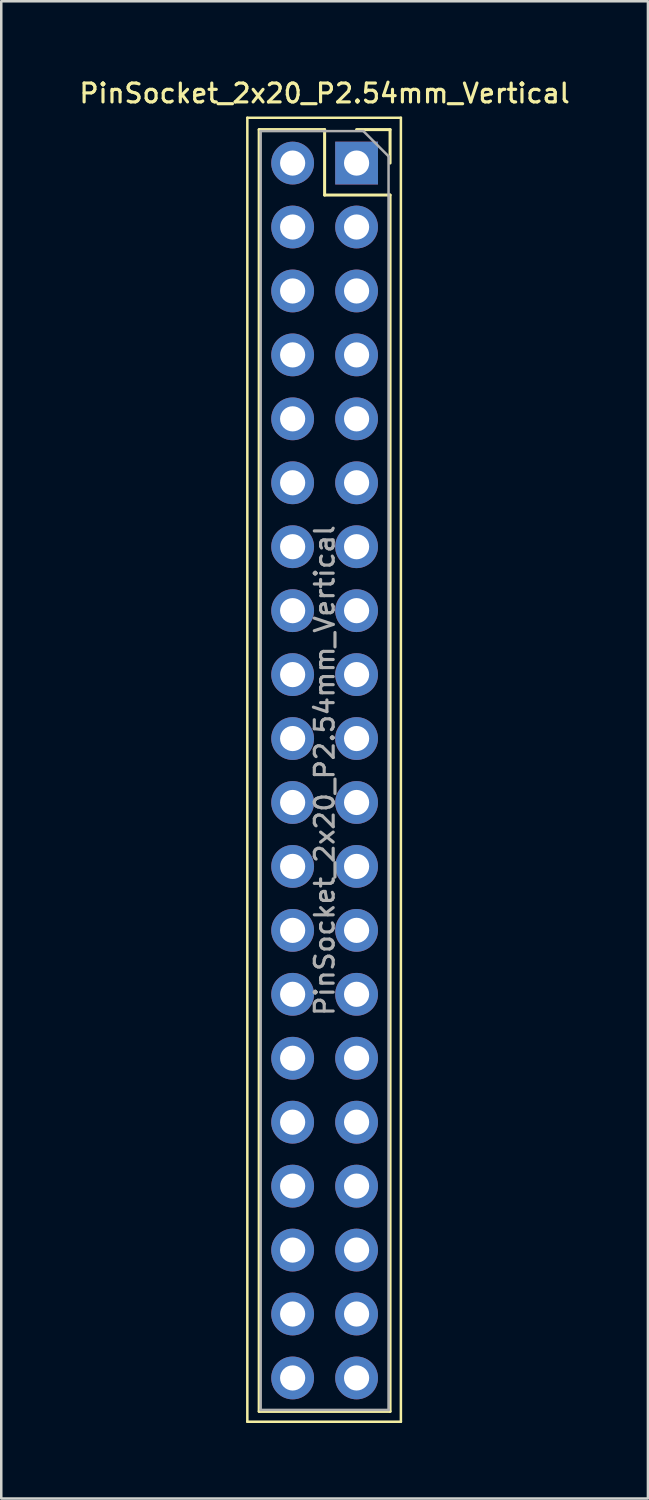
<source format=kicad_pcb>
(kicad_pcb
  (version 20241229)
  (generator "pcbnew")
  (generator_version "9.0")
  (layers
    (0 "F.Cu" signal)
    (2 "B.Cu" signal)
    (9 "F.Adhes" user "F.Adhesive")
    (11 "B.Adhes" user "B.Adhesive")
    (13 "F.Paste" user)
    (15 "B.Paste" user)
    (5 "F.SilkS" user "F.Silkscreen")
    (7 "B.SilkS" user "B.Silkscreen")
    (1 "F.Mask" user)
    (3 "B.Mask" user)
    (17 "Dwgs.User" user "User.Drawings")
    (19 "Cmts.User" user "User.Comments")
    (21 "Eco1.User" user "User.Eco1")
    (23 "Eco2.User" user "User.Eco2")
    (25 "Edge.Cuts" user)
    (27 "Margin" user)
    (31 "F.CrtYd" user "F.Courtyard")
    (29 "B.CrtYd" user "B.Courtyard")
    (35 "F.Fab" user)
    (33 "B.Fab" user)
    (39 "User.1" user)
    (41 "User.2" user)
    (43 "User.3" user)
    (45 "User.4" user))
  (footprint "PinSocket_2x20_P2.54mm_Vertical"
    (layer "F.Cu")
    (at 11.115 3.428)
    (property "Reference" "PinSocket_2x20_P2.54mm_Vertical" (at -1.27 -2.77 0) (layer "F.SilkS") (effects (font (size 0.75 0.75) (thickness 0.125))))
    (attr through_hole)
    (fp_line (start -4.34 -1.8) (end 1.76 -1.8) (stroke (width 0.1) (type solid)) (layer "F.SilkS"))
    (fp_line (start -4.34 50) (end -4.34 -1.8) (stroke (width 0.1) (type solid)) (layer "F.SilkS"))
    (fp_line (start -3.87 -1.33) (end -3.87 49.59) (stroke (width 0.12) (type solid)) (layer "F.SilkS"))
    (fp_line (start -3.87 -1.33) (end -1.27 -1.33) (stroke (width 0.12) (type solid)) (layer "F.SilkS"))
    (fp_line (start -3.87 49.59) (end 1.33 49.59) (stroke (width 0.12) (type solid)) (layer "F.SilkS"))
    (fp_line (start -1.27 -1.33) (end -1.27 1.27) (stroke (width 0.12) (type solid)) (layer "F.SilkS"))
    (fp_line (start -1.27 1.27) (end 1.33 1.27) (stroke (width 0.12) (type solid)) (layer "F.SilkS"))
    (fp_line (start 0 -1.33) (end 1.33 -1.33) (stroke (width 0.12) (type solid)) (layer "F.SilkS"))
    (fp_line (start 1.33 -1.33) (end 1.33 0) (stroke (width 0.12) (type solid)) (layer "F.SilkS"))
    (fp_line (start 1.33 1.27) (end 1.33 49.59) (stroke (width 0.12) (type solid)) (layer "F.SilkS"))
    (fp_line (start 1.76 -1.8) (end 1.76 50) (stroke (width 0.1) (type solid)) (layer "F.SilkS"))
    (fp_line (start 1.76 50) (end -4.34 50) (stroke (width 0.1) (type solid)) (layer "F.SilkS"))
    (fp_line (start -3.81 -1.27) (end 0.27 -1.27) (stroke (width 0.1) (type solid)) (layer "F.Fab"))
    (fp_line (start -3.81 49.53) (end -3.81 -1.27) (stroke (width 0.1) (type solid)) (layer "F.Fab"))
    (fp_line (start 0.27 -1.27) (end 1.27 -0.27) (stroke (width 0.1) (type solid)) (layer "F.Fab"))
    (fp_line (start 1.27 -0.27) (end 1.27 49.53) (stroke (width 0.1) (type solid)) (layer "F.Fab"))
    (fp_line (start 1.27 49.53) (end -3.81 49.53) (stroke (width 0.1) (type solid)) (layer "F.Fab"))
    (fp_text user "${REFERENCE}" (at -1.27 24.13 90) (layer "F.Fab") (effects (font (size 0.75 0.75) (thickness 0.125))))
    (pad "1" thru_hole rect (at 0 0) (size 1.7 1.7) (drill 1) (layers "*.Cu" "*.Mask"))
    (pad "2" thru_hole oval (at -2.54 0) (size 1.7 1.7) (drill 1) (layers "*.Cu" "*.Mask"))
    (pad "3" thru_hole oval (at 0 2.54) (size 1.7 1.7) (drill 1) (layers "*.Cu" "*.Mask"))
    (pad "4" thru_hole oval (at -2.54 2.54) (size 1.7 1.7) (drill 1) (layers "*.Cu" "*.Mask"))
    (pad "5" thru_hole oval (at 0 5.08) (size 1.7 1.7) (drill 1) (layers "*.Cu" "*.Mask"))
    (pad "6" thru_hole oval (at -2.54 5.08) (size 1.7 1.7) (drill 1) (layers "*.Cu" "*.Mask"))
    (pad "7" thru_hole oval (at 0 7.62) (size 1.7 1.7) (drill 1) (layers "*.Cu" "*.Mask"))
    (pad "8" thru_hole oval (at -2.54 7.62) (size 1.7 1.7) (drill 1) (layers "*.Cu" "*.Mask"))
    (pad "9" thru_hole oval (at 0 10.16) (size 1.7 1.7) (drill 1) (layers "*.Cu" "*.Mask"))
    (pad "10" thru_hole oval (at -2.54 10.16) (size 1.7 1.7) (drill 1) (layers "*.Cu" "*.Mask"))
    (pad "11" thru_hole oval (at 0 12.7) (size 1.7 1.7) (drill 1) (layers "*.Cu" "*.Mask"))
    (pad "12" thru_hole oval (at -2.54 12.7) (size 1.7 1.7) (drill 1) (layers "*.Cu" "*.Mask"))
    (pad "13" thru_hole oval (at 0 15.24) (size 1.7 1.7) (drill 1) (layers "*.Cu" "*.Mask"))
    (pad "14" thru_hole oval (at -2.54 15.24) (size 1.7 1.7) (drill 1) (layers "*.Cu" "*.Mask"))
    (pad "15" thru_hole oval (at 0 17.78) (size 1.7 1.7) (drill 1) (layers "*.Cu" "*.Mask"))
    (pad "16" thru_hole oval (at -2.54 17.78) (size 1.7 1.7) (drill 1) (layers "*.Cu" "*.Mask"))
    (pad "17" thru_hole oval (at 0 20.32) (size 1.7 1.7) (drill 1) (layers "*.Cu" "*.Mask"))
    (pad "18" thru_hole oval (at -2.54 20.32) (size 1.7 1.7) (drill 1) (layers "*.Cu" "*.Mask"))
    (pad "19" thru_hole oval (at 0 22.86) (size 1.7 1.7) (drill 1) (layers "*.Cu" "*.Mask"))
    (pad "20" thru_hole oval (at -2.54 22.86) (size 1.7 1.7) (drill 1) (layers "*.Cu" "*.Mask"))
    (pad "21" thru_hole oval (at 0 25.4) (size 1.7 1.7) (drill 1) (layers "*.Cu" "*.Mask"))
    (pad "22" thru_hole oval (at -2.54 25.4) (size 1.7 1.7) (drill 1) (layers "*.Cu" "*.Mask"))
    (pad "23" thru_hole oval (at 0 27.94) (size 1.7 1.7) (drill 1) (layers "*.Cu" "*.Mask"))
    (pad "24" thru_hole oval (at -2.54 27.94) (size 1.7 1.7) (drill 1) (layers "*.Cu" "*.Mask"))
    (pad "25" thru_hole oval (at 0 30.48) (size 1.7 1.7) (drill 1) (layers "*.Cu" "*.Mask"))
    (pad "26" thru_hole oval (at -2.54 30.48) (size 1.7 1.7) (drill 1) (layers "*.Cu" "*.Mask"))
    (pad "27" thru_hole oval (at 0 33.02) (size 1.7 1.7) (drill 1) (layers "*.Cu" "*.Mask"))
    (pad "28" thru_hole oval (at -2.54 33.02) (size 1.7 1.7) (drill 1) (layers "*.Cu" "*.Mask"))
    (pad "29" thru_hole oval (at 0 35.56) (size 1.7 1.7) (drill 1) (layers "*.Cu" "*.Mask"))
    (pad "30" thru_hole oval (at -2.54 35.56) (size 1.7 1.7) (drill 1) (layers "*.Cu" "*.Mask"))
    (pad "31" thru_hole oval (at 0 38.1) (size 1.7 1.7) (drill 1) (layers "*.Cu" "*.Mask"))
    (pad "32" thru_hole oval (at -2.54 38.1) (size 1.7 1.7) (drill 1) (layers "*.Cu" "*.Mask"))
    (pad "33" thru_hole oval (at 0 40.64) (size 1.7 1.7) (drill 1) (layers "*.Cu" "*.Mask"))
    (pad "34" thru_hole oval (at -2.54 40.64) (size 1.7 1.7) (drill 1) (layers "*.Cu" "*.Mask"))
    (pad "35" thru_hole oval (at 0 43.18) (size 1.7 1.7) (drill 1) (layers "*.Cu" "*.Mask"))
    (pad "36" thru_hole oval (at -2.54 43.18) (size 1.7 1.7) (drill 1) (layers "*.Cu" "*.Mask"))
    (pad "37" thru_hole oval (at 0 45.72) (size 1.7 1.7) (drill 1) (layers "*.Cu" "*.Mask"))
    (pad "38" thru_hole oval (at -2.54 45.72) (size 1.7 1.7) (drill 1) (layers "*.Cu" "*.Mask"))
    (pad "39" thru_hole oval (at 0 48.26) (size 1.7 1.7) (drill 1) (layers "*.Cu" "*.Mask"))
    (pad "40" thru_hole oval (at -2.54 48.26) (size 1.7 1.7) (drill 1) (layers "*.Cu" "*.Mask")))
  (gr_rect
    (start -3 -3)
    (end 22.689 56.478)
    (stroke (width 0.1) (type default))
    (fill no)
    (layer "Edge.Cuts")))
</source>
